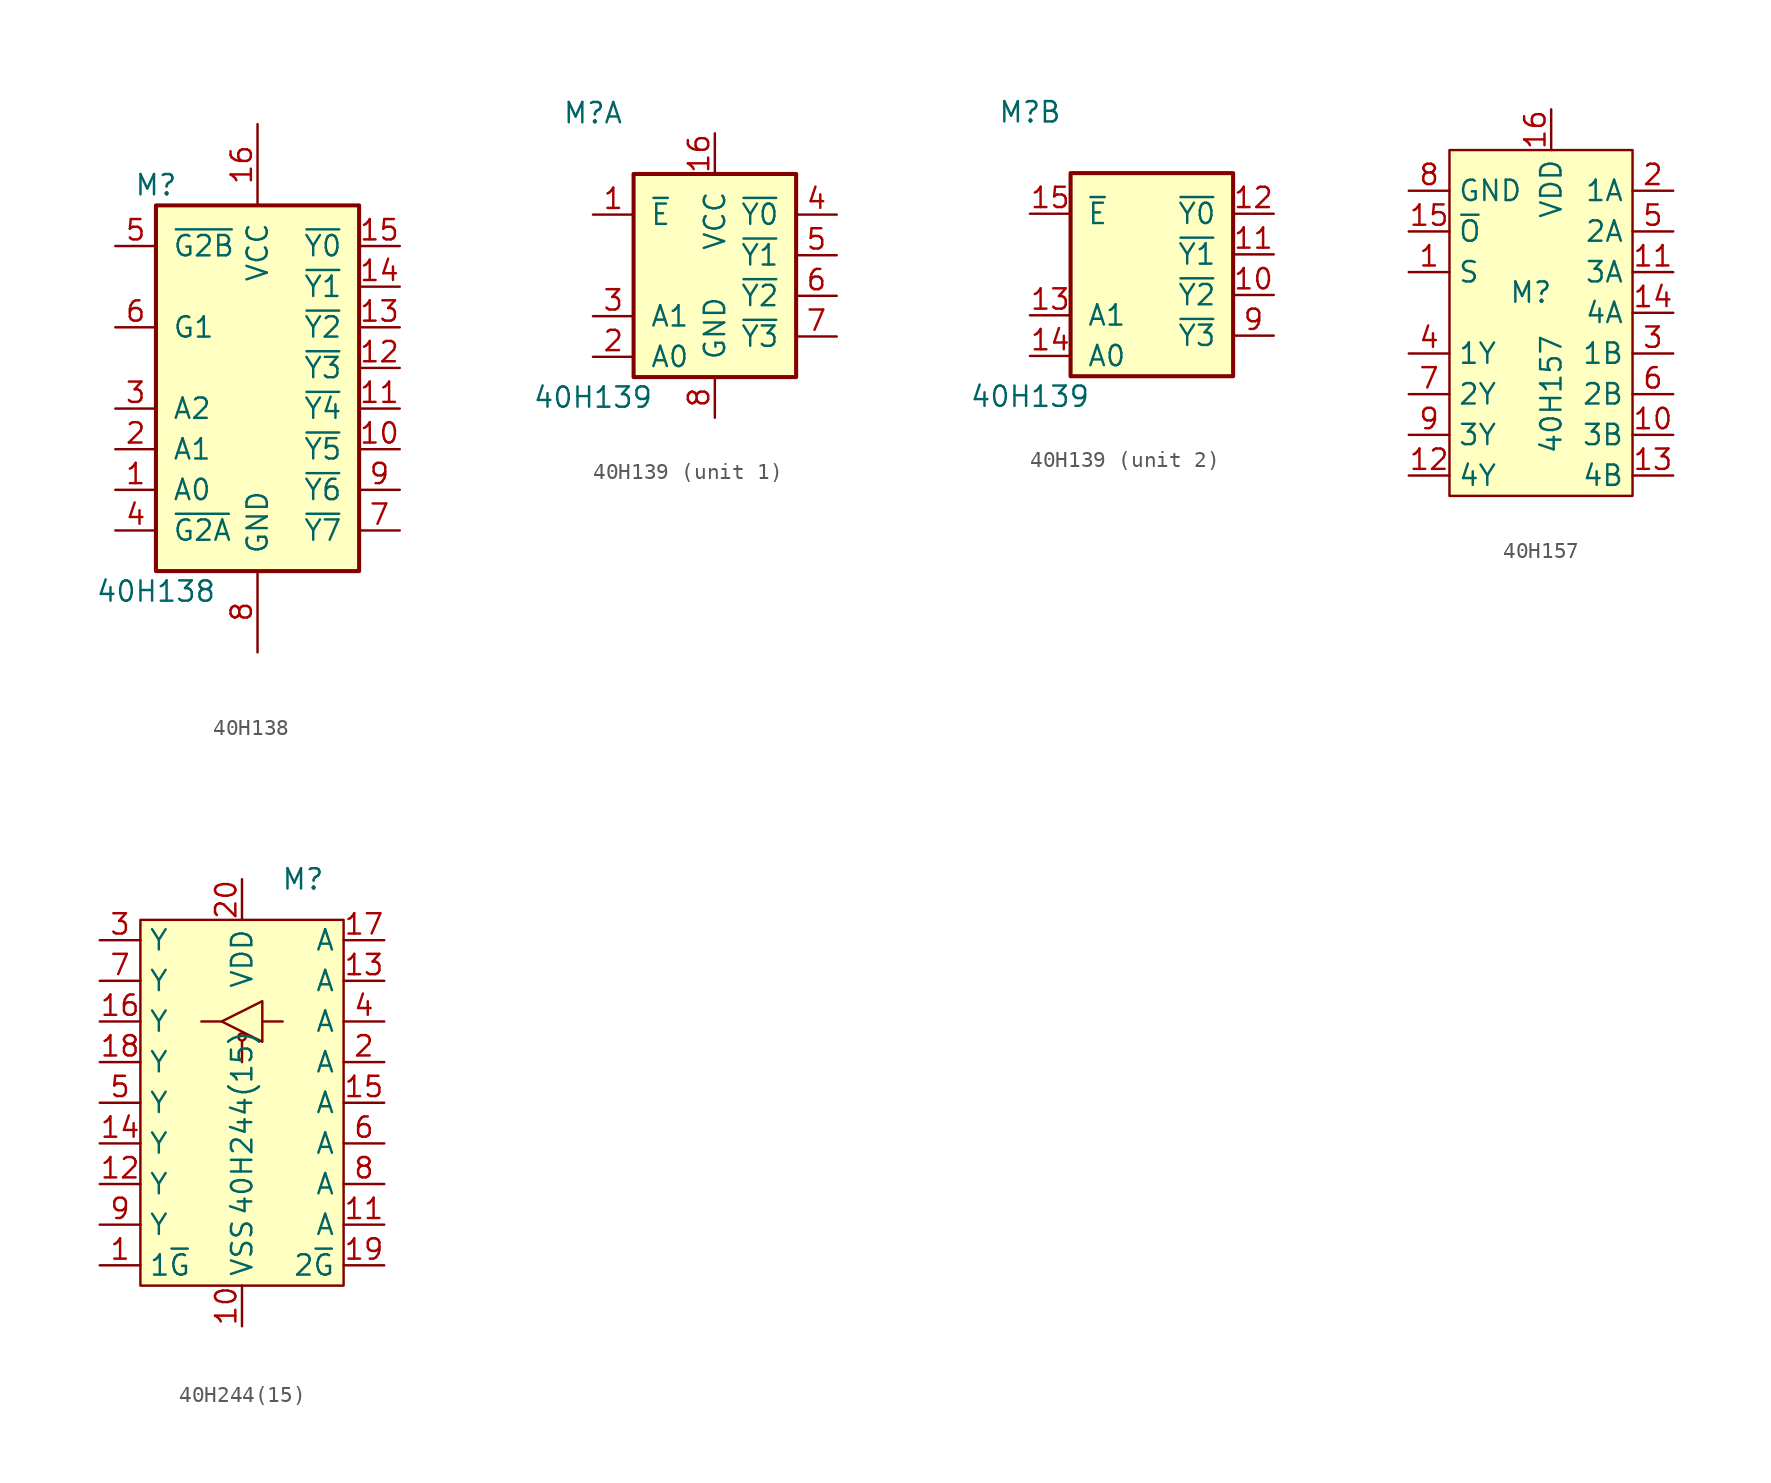
<source format=kicad_sym>
(kicad_symbol_lib
  (version 20211014)
  (generator kicad_symbol_editor)
  (symbol "40H138"
    (pin_names
      (offset 1.016))
    (property "Reference" "M"
      (at -6.35 11.43 0)
      (effects (font (size 1.27 1.27))))
    (property "Value" "40H138"
      (at -6.35 -13.97 0)
      (effects (font (size 1.27 1.27))))
    (symbol "40H138_1_0"
      (pin input line (at -8.89 -7.62 0) (length 2.54) (name "A0" (effects (font (size 1.27 1.27)))) (number "1" (effects (font (size 1.27 1.27)))))
      (pin output line (at 8.89 -5.08 180) (length 2.54) (name "~{Y5}" (effects (font (size 1.27 1.27)))) (number "10" (effects (font (size 1.27 1.27)))))
      (pin output line (at 8.89 -2.54 180) (length 2.54) (name "~{Y4}" (effects (font (size 1.27 1.27)))) (number "11" (effects (font (size 1.27 1.27)))))
      (pin output line (at 8.89 0 180) (length 2.54) (name "~{Y3}" (effects (font (size 1.27 1.27)))) (number "12" (effects (font (size 1.27 1.27)))))
      (pin output line (at 8.89 2.54 180) (length 2.54) (name "~{Y2}" (effects (font (size 1.27 1.27)))) (number "13" (effects (font (size 1.27 1.27)))))
      (pin output line (at 8.89 5.08 180) (length 2.54) (name "~{Y1}" (effects (font (size 1.27 1.27)))) (number "14" (effects (font (size 1.27 1.27)))))
      (pin output line (at 8.89 7.62 180) (length 2.54) (name "~{Y0}" (effects (font (size 1.27 1.27)))) (number "15" (effects (font (size 1.27 1.27)))))
      (pin power_in line (at 0 15.24 270) (length 5.08) (name "VCC" (effects (font (size 1.27 1.27)))) (number "16" (effects (font (size 1.27 1.27)))))
      (pin input line (at -8.89 -5.08 0) (length 2.54) (name "A1" (effects (font (size 1.27 1.27)))) (number "2" (effects (font (size 1.27 1.27)))))
      (pin input line (at -8.89 -2.54 0) (length 2.54) (name "A2" (effects (font (size 1.27 1.27)))) (number "3" (effects (font (size 1.27 1.27)))))
      (pin input line (at -8.89 -10.16 0) (length 2.54) (name "~{G2A}" (effects (font (size 1.27 1.27)))) (number "4" (effects (font (size 1.27 1.27)))))
      (pin input line (at -8.89 7.62 0) (length 2.54) (name "~{G2B}" (effects (font (size 1.27 1.27)))) (number "5" (effects (font (size 1.27 1.27)))))
      (pin input line (at -8.89 2.54 0) (length 2.54) (name "G1" (effects (font (size 1.27 1.27)))) (number "6" (effects (font (size 1.27 1.27)))))
      (pin output line (at 8.89 -10.16 180) (length 2.54) (name "~{Y7}" (effects (font (size 1.27 1.27)))) (number "7" (effects (font (size 1.27 1.27)))))
      (pin power_in line (at 0 -17.78 90) (length 5.08) (name "GND" (effects (font (size 1.27 1.27)))) (number "8" (effects (font (size 1.27 1.27)))))
      (pin output line (at 8.89 -7.62 180) (length 2.54) (name "~{Y6}" (effects (font (size 1.27 1.27)))) (number "9" (effects (font (size 1.27 1.27))))))
    (symbol "40H138_1_1"
      (rectangle (start -6.35 10.16) (end 6.35 -12.7) (stroke (width 0.254) (type default) (color 0 0 0 0)) (fill (type background)))))
  (symbol "40H139"
    (pin_names
      (offset 1.016))
    (property "Reference" "M"
      (at -7.62 8.89 0)
      (effects (font (size 1.27 1.27))))
    (property "Value" "40H139"
      (at -7.62 -8.89 0)
      (effects (font (size 1.27 1.27))))
    (property "ki_locked" ""
      (at 0 0 0)
      (effects (font (size 1.27 1.27))))
    (symbol "40H139_1_0"
      (pin input line (at -7.62 2.54 0) (length 2.54) (name "~{E}" (effects (font (size 1.27 1.27)))) (number "1" (effects (font (size 1.27 1.27)))))
      (pin power_in line (at 0 7.62 270) (length 2.54) (name "VCC" (effects (font (size 1.27 1.27)))) (number "16" (effects (font (size 1.27 1.27)))))
      (pin input line (at -7.62 -6.35 0) (length 2.54) (name "A0" (effects (font (size 1.27 1.27)))) (number "2" (effects (font (size 1.27 1.27)))))
      (pin input line (at -7.62 -3.81 0) (length 2.54) (name "A1" (effects (font (size 1.27 1.27)))) (number "3" (effects (font (size 1.27 1.27)))))
      (pin output line (at 7.62 2.54 180) (length 2.54) (name "~{Y0}" (effects (font (size 1.27 1.27)))) (number "4" (effects (font (size 1.27 1.27)))))
      (pin output line (at 7.62 0 180) (length 2.54) (name "~{Y1}" (effects (font (size 1.27 1.27)))) (number "5" (effects (font (size 1.27 1.27)))))
      (pin output line (at 7.62 -2.54 180) (length 2.54) (name "~{Y2}" (effects (font (size 1.27 1.27)))) (number "6" (effects (font (size 1.27 1.27)))))
      (pin output line (at 7.62 -5.08 180) (length 2.54) (name "~{Y3}" (effects (font (size 1.27 1.27)))) (number "7" (effects (font (size 1.27 1.27)))))
      (pin power_in line (at 0 -10.16 90) (length 2.54) (name "GND" (effects (font (size 1.27 1.27)))) (number "8" (effects (font (size 1.27 1.27))))))
    (symbol "40H139_1_1"
      (rectangle (start -5.08 5.08) (end 5.08 -7.62) (stroke (width 0.254) (type default) (color 0 0 0 0)) (fill (type background))))
    (symbol "40H139_2_0"
      (pin output line (at 7.62 -2.54 180) (length 2.54) (name "~{Y2}" (effects (font (size 1.27 1.27)))) (number "10" (effects (font (size 1.27 1.27)))))
      (pin output line (at 7.62 0 180) (length 2.54) (name "~{Y1}" (effects (font (size 1.27 1.27)))) (number "11" (effects (font (size 1.27 1.27)))))
      (pin output line (at 7.62 2.54 180) (length 2.54) (name "~{Y0}" (effects (font (size 1.27 1.27)))) (number "12" (effects (font (size 1.27 1.27)))))
      (pin input line (at -7.62 -3.81 0) (length 2.54) (name "A1" (effects (font (size 1.27 1.27)))) (number "13" (effects (font (size 1.27 1.27)))))
      (pin input line (at -7.62 -6.35 0) (length 2.54) (name "A0" (effects (font (size 1.27 1.27)))) (number "14" (effects (font (size 1.27 1.27)))))
      (pin input line (at -7.62 2.54 0) (length 2.54) (name "~{E}" (effects (font (size 1.27 1.27)))) (number "15" (effects (font (size 1.27 1.27)))))
      (pin output line (at 7.62 -5.08 180) (length 2.54) (name "~{Y3}" (effects (font (size 1.27 1.27)))) (number "9" (effects (font (size 1.27 1.27))))))
    (symbol "40H139_2_1"
      (rectangle (start -5.08 5.08) (end 5.08 -7.62) (stroke (width 0.254) (type default) (color 0 0 0 0)) (fill (type background)))))
  (symbol "40H157"
    (property "Reference" "M"
      (at -1.27 2.54 0)
      (effects (font (size 1.27 1.27))))
    (property "Value" "40H157"
      (at 0 -3.81 90)
      (effects (font (size 1.27 1.27))))
    (symbol "40H157_0_1"
      (rectangle (start -6.35 11.43) (end 5.08 -10.16) (stroke (width 0) (type default) (color 0 0 0 0)) (fill (type background))))
    (symbol "40H157_1_1"
      (pin input line (at -8.89 3.81 0) (length 2.54) (name "S" (effects (font (size 1.27 1.27)))) (number "1" (effects (font (size 1.27 1.27)))))
      (pin input line (at 7.62 -6.35 180) (length 2.54) (name "3B" (effects (font (size 1.27 1.27)))) (number "10" (effects (font (size 1.27 1.27)))))
      (pin input line (at 7.62 3.81 180) (length 2.54) (name "3A" (effects (font (size 1.27 1.27)))) (number "11" (effects (font (size 1.27 1.27)))))
      (pin output line (at -8.89 -8.89 0) (length 2.54) (name "4Y" (effects (font (size 1.27 1.27)))) (number "12" (effects (font (size 1.27 1.27)))))
      (pin input line (at 7.62 -8.89 180) (length 2.54) (name "4B" (effects (font (size 1.27 1.27)))) (number "13" (effects (font (size 1.27 1.27)))))
      (pin input line (at 7.62 1.27 180) (length 2.54) (name "4A" (effects (font (size 1.27 1.27)))) (number "14" (effects (font (size 1.27 1.27)))))
      (pin input line (at -8.89 6.35 0) (length 2.54) (name "~{O}" (effects (font (size 1.27 1.27)))) (number "15" (effects (font (size 1.27 1.27)))))
      (pin power_in line (at 0 13.97 270) (length 2.54) (name "VDD" (effects (font (size 1.27 1.27)))) (number "16" (effects (font (size 1.27 1.27)))))
      (pin input line (at 7.62 8.89 180) (length 2.54) (name "1A" (effects (font (size 1.27 1.27)))) (number "2" (effects (font (size 1.27 1.27)))))
      (pin input line (at 7.62 -1.27 180) (length 2.54) (name "1B" (effects (font (size 1.27 1.27)))) (number "3" (effects (font (size 1.27 1.27)))))
      (pin output line (at -8.89 -1.27 0) (length 2.54) (name "1Y" (effects (font (size 1.27 1.27)))) (number "4" (effects (font (size 1.27 1.27)))))
      (pin input line (at 7.62 6.35 180) (length 2.54) (name "2A" (effects (font (size 1.27 1.27)))) (number "5" (effects (font (size 1.27 1.27)))))
      (pin input line (at 7.62 -3.81 180) (length 2.54) (name "2B" (effects (font (size 1.27 1.27)))) (number "6" (effects (font (size 1.27 1.27)))))
      (pin output line (at -8.89 -3.81 0) (length 2.54) (name "2Y" (effects (font (size 1.27 1.27)))) (number "7" (effects (font (size 1.27 1.27)))))
      (pin power_in line (at -8.89 8.89 0) (length 2.54) (name "GND" (effects (font (size 1.27 1.27)))) (number "8" (effects (font (size 1.27 1.27)))))
      (pin output line (at -8.89 -6.35 0) (length 2.54) (name "3Y" (effects (font (size 1.27 1.27)))) (number "9" (effects (font (size 1.27 1.27)))))))
  (symbol "40H244(15)"
    (property "Reference" "M"
      (at 3.81 13.97 0)
      (effects (font (size 1.27 1.27))))
    (property "Value" "40H244(15)"
      (at 0 -1.27 90)
      (effects (font (size 1.27 1.27))))
    (symbol "40H244(15)_0_1"
      (rectangle (start -6.35 11.43) (end 6.35 -11.43) (stroke (width 0) (type default) (color 0 0 0 0)) (fill (type background)))
      (polyline (pts (xy -1.27 5.08) (xy -2.54 5.08)) (stroke (width 0) (type default) (color 0 0 0 0)) (fill (type none)))
      (polyline (pts (xy 0 3.81) (xy 0 2.54)) (stroke (width 0) (type default) (color 0 0 0 0)) (fill (type none)))
      (polyline (pts (xy 1.27 5.08) (xy 2.54 5.08)) (stroke (width 0) (type default) (color 0 0 0 0)) (fill (type none)))
      (polyline (pts (xy 1.27 6.35) (xy 1.27 3.81) (xy -1.27 5.08) (xy 1.27 6.35)) (stroke (width 0) (type default) (color 0 0 0 0)) (fill (type none)))
      (circle (center 0 4.115) (radius 0.227) (stroke (width 0) (type default) (color 0 0 0 0)) (fill (type none))))
    (symbol "40H244(15)_1_1"
      (pin input line (at -8.89 -10.16 0) (length 2.54) (name "1~{G}" (effects (font (size 1.27 1.27)))) (number "1" (effects (font (size 1.27 1.27)))))
      (pin power_in line (at 0 -13.97 90) (length 2.54) (name "VSS" (effects (font (size 1.27 1.27)))) (number "10" (effects (font (size 1.27 1.27)))))
      (pin input line (at 8.89 -7.62 180) (length 2.54) (name "A" (effects (font (size 1.27 1.27)))) (number "11" (effects (font (size 1.27 1.27)))))
      (pin tri_state line (at -8.89 -5.08 0) (length 2.54) (name "Y" (effects (font (size 1.27 1.27)))) (number "12" (effects (font (size 1.27 1.27)))))
      (pin input line (at 8.89 7.62 180) (length 2.54) (name "A" (effects (font (size 1.27 1.27)))) (number "13" (effects (font (size 1.27 1.27)))))
      (pin tri_state line (at -8.89 -2.54 0) (length 2.54) (name "Y" (effects (font (size 1.27 1.27)))) (number "14" (effects (font (size 1.27 1.27)))))
      (pin input line (at 8.89 0 180) (length 2.54) (name "A" (effects (font (size 1.27 1.27)))) (number "15" (effects (font (size 1.27 1.27)))))
      (pin tri_state line (at -8.89 5.08 0) (length 2.54) (name "Y" (effects (font (size 1.27 1.27)))) (number "16" (effects (font (size 1.27 1.27)))))
      (pin input line (at 8.89 10.16 180) (length 2.54) (name "A" (effects (font (size 1.27 1.27)))) (number "17" (effects (font (size 1.27 1.27)))))
      (pin tri_state line (at -8.89 2.54 0) (length 2.54) (name "Y" (effects (font (size 1.27 1.27)))) (number "18" (effects (font (size 1.27 1.27)))))
      (pin input line (at 8.89 -10.16 180) (length 2.54) (name "2~{G}" (effects (font (size 1.27 1.27)))) (number "19" (effects (font (size 1.27 1.27)))))
      (pin input line (at 8.89 2.54 180) (length 2.54) (name "A" (effects (font (size 1.27 1.27)))) (number "2" (effects (font (size 1.27 1.27)))))
      (pin power_in line (at 0 13.97 270) (length 2.54) (name "VDD" (effects (font (size 1.27 1.27)))) (number "20" (effects (font (size 1.27 1.27)))))
      (pin tri_state line (at -8.89 10.16 0) (length 2.54) (name "Y" (effects (font (size 1.27 1.27)))) (number "3" (effects (font (size 1.27 1.27)))))
      (pin input line (at 8.89 5.08 180) (length 2.54) (name "A" (effects (font (size 1.27 1.27)))) (number "4" (effects (font (size 1.27 1.27)))))
      (pin tri_state line (at -8.89 0 0) (length 2.54) (name "Y" (effects (font (size 1.27 1.27)))) (number "5" (effects (font (size 1.27 1.27)))))
      (pin input line (at 8.89 -2.54 180) (length 2.54) (name "A" (effects (font (size 1.27 1.27)))) (number "6" (effects (font (size 1.27 1.27)))))
      (pin tri_state line (at -8.89 7.62 0) (length 2.54) (name "Y" (effects (font (size 1.27 1.27)))) (number "7" (effects (font (size 1.27 1.27)))))
      (pin input line (at 8.89 -5.08 180) (length 2.54) (name "A" (effects (font (size 1.27 1.27)))) (number "8" (effects (font (size 1.27 1.27)))))
      (pin tri_state line (at -8.89 -7.62 0) (length 2.54) (name "Y" (effects (font (size 1.27 1.27)))) (number "9" (effects (font (size 1.27 1.27))))))))
</source>
